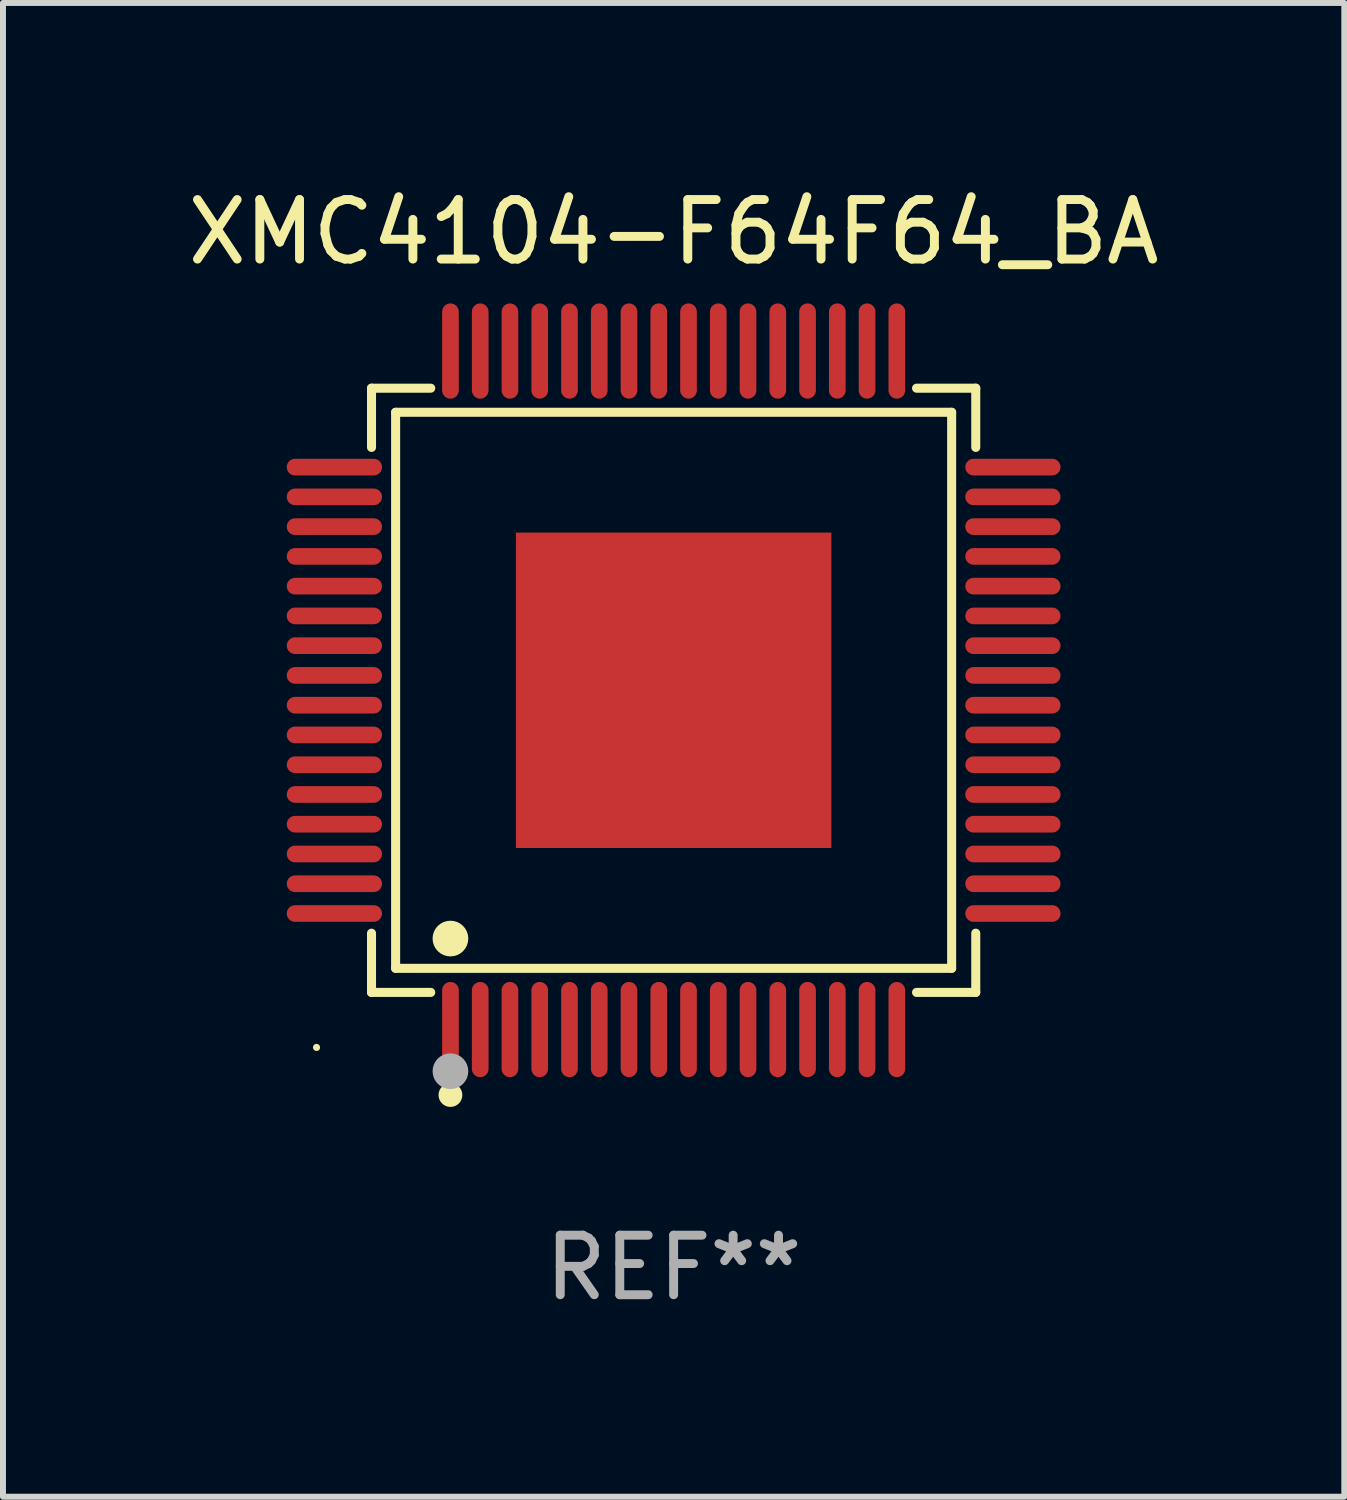
<source format=kicad_pcb>
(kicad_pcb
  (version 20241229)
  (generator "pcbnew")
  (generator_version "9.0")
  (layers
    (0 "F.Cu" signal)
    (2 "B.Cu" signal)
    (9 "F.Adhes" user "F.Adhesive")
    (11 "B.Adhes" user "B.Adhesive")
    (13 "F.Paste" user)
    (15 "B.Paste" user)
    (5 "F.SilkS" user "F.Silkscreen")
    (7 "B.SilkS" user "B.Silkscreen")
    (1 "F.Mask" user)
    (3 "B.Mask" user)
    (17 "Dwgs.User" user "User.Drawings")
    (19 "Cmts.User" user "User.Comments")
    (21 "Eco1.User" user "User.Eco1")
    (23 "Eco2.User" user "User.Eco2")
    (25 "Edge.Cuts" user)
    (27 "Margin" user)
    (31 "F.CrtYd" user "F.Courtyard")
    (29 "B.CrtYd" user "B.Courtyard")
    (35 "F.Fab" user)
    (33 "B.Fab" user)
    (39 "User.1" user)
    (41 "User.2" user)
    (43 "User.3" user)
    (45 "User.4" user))
  (footprint "XMC4104-F64F64_BA"
    (layer "F.Cu")
    (at 8.268 8.548)
    (property "Reference" "XMC4104-F64F64_BA" (at 0 -7.7 0) (layer "F.SilkS") (effects (font (size 1 1) (thickness 0.15))))
    (attr through_hole)
    (fp_line (start -5.076 -5.076) (end -4.081 -5.076) (stroke (width 0.152) (type solid)) (layer "F.SilkS"))
    (fp_line (start -5.076 -4.081) (end -5.076 -5.076) (stroke (width 0.152) (type solid)) (layer "F.SilkS"))
    (fp_line (start -5.076 4.081) (end -5.076 5.076) (stroke (width 0.152) (type solid)) (layer "F.SilkS"))
    (fp_line (start -5.076 5.076) (end -4.081 5.076) (stroke (width 0.152) (type solid)) (layer "F.SilkS"))
    (fp_line (start -4.671 -4.671) (end 4.671 -4.671) (stroke (width 0.152) (type solid)) (layer "F.SilkS"))
    (fp_line (start -4.671 4.671) (end -4.671 -4.671) (stroke (width 0.152) (type solid)) (layer "F.SilkS"))
    (fp_line (start 4.671 -4.671) (end 4.671 4.671) (stroke (width 0.152) (type solid)) (layer "F.SilkS"))
    (fp_line (start 4.671 4.671) (end -4.671 4.671) (stroke (width 0.152) (type solid)) (layer "F.SilkS"))
    (fp_line (start 5.076 -5.076) (end 4.081 -5.076) (stroke (width 0.152) (type solid)) (layer "F.SilkS"))
    (fp_line (start 5.076 -4.081) (end 5.076 -5.076) (stroke (width 0.152) (type solid)) (layer "F.SilkS"))
    (fp_line (start 5.076 4.081) (end 5.076 5.076) (stroke (width 0.152) (type solid)) (layer "F.SilkS"))
    (fp_line (start 5.076 5.076) (end 4.081 5.076) (stroke (width 0.152) (type solid)) (layer "F.SilkS"))
    (fp_circle (center -6 6) (end -5.97 6) (stroke (width 0.06) (type solid)) (fill no) (layer "F.SilkS"))
    (fp_circle (center -3.75 4.171) (end -3.6 4.171) (stroke (width 0.3) (type solid)) (fill no) (layer "F.SilkS"))
    (fp_circle (center -3.75 6.8) (end -3.65 6.8) (stroke (width 0.2) (type solid)) (fill no) (layer "F.SilkS"))
    (fp_circle (center -3.75 6.4) (end -3.6 6.4) (stroke (width 0.3) (type solid)) (fill no) (layer "F.Fab"))
    (fp_text user "REF**" (at 0 9.7 0) (layer "F.Fab") (effects (font (size 1 1) (thickness 0.15))))
    (pad "1" smd oval (at -3.75 5.7) (size 0.28 1.6) (layers "F.Cu" "F.Mask" "F.Paste"))
    (pad "2" smd oval (at -3.25 5.7) (size 0.28 1.6) (layers "F.Cu" "F.Mask" "F.Paste"))
    (pad "3" smd oval (at -2.75 5.7) (size 0.28 1.6) (layers "F.Cu" "F.Mask" "F.Paste"))
    (pad "4" smd oval (at -2.25 5.7) (size 0.28 1.6) (layers "F.Cu" "F.Mask" "F.Paste"))
    (pad "5" smd oval (at -1.75 5.7) (size 0.28 1.6) (layers "F.Cu" "F.Mask" "F.Paste"))
    (pad "6" smd oval (at -1.25 5.7) (size 0.28 1.6) (layers "F.Cu" "F.Mask" "F.Paste"))
    (pad "7" smd oval (at -0.75 5.7) (size 0.28 1.6) (layers "F.Cu" "F.Mask" "F.Paste"))
    (pad "8" smd oval (at -0.25 5.7) (size 0.28 1.6) (layers "F.Cu" "F.Mask" "F.Paste"))
    (pad "9" smd oval (at 0.25 5.7) (size 0.28 1.6) (layers "F.Cu" "F.Mask" "F.Paste"))
    (pad "10" smd oval (at 0.75 5.7) (size 0.28 1.6) (layers "F.Cu" "F.Mask" "F.Paste"))
    (pad "11" smd oval (at 1.25 5.7) (size 0.28 1.6) (layers "F.Cu" "F.Mask" "F.Paste"))
    (pad "12" smd oval (at 1.75 5.7) (size 0.28 1.6) (layers "F.Cu" "F.Mask" "F.Paste"))
    (pad "13" smd oval (at 2.25 5.7) (size 0.28 1.6) (layers "F.Cu" "F.Mask" "F.Paste"))
    (pad "14" smd oval (at 2.75 5.7) (size 0.28 1.6) (layers "F.Cu" "F.Mask" "F.Paste"))
    (pad "15" smd oval (at 3.25 5.7) (size 0.28 1.6) (layers "F.Cu" "F.Mask" "F.Paste"))
    (pad "16" smd oval (at 3.75 5.7) (size 0.28 1.6) (layers "F.Cu" "F.Mask" "F.Paste"))
    (pad "17" smd oval (at 5.7 3.75) (size 1.6 0.28) (layers "F.Cu" "F.Mask" "F.Paste"))
    (pad "18" smd oval (at 5.7 3.25) (size 1.6 0.28) (layers "F.Cu" "F.Mask" "F.Paste"))
    (pad "19" smd oval (at 5.7 2.75) (size 1.6 0.28) (layers "F.Cu" "F.Mask" "F.Paste"))
    (pad "20" smd oval (at 5.7 2.25) (size 1.6 0.28) (layers "F.Cu" "F.Mask" "F.Paste"))
    (pad "21" smd oval (at 5.7 1.75) (size 1.6 0.28) (layers "F.Cu" "F.Mask" "F.Paste"))
    (pad "22" smd oval (at 5.7 1.25) (size 1.6 0.28) (layers "F.Cu" "F.Mask" "F.Paste"))
    (pad "23" smd oval (at 5.7 0.75) (size 1.6 0.28) (layers "F.Cu" "F.Mask" "F.Paste"))
    (pad "24" smd oval (at 5.7 0.25) (size 1.6 0.28) (layers "F.Cu" "F.Mask" "F.Paste"))
    (pad "25" smd oval (at 5.7 -0.25) (size 1.6 0.28) (layers "F.Cu" "F.Mask" "F.Paste"))
    (pad "26" smd oval (at 5.7 -0.75) (size 1.6 0.28) (layers "F.Cu" "F.Mask" "F.Paste"))
    (pad "27" smd oval (at 5.7 -1.25) (size 1.6 0.28) (layers "F.Cu" "F.Mask" "F.Paste"))
    (pad "28" smd oval (at 5.7 -1.75) (size 1.6 0.28) (layers "F.Cu" "F.Mask" "F.Paste"))
    (pad "29" smd oval (at 5.7 -2.25) (size 1.6 0.28) (layers "F.Cu" "F.Mask" "F.Paste"))
    (pad "30" smd oval (at 5.7 -2.75) (size 1.6 0.28) (layers "F.Cu" "F.Mask" "F.Paste"))
    (pad "31" smd oval (at 5.7 -3.25) (size 1.6 0.28) (layers "F.Cu" "F.Mask" "F.Paste"))
    (pad "32" smd oval (at 5.7 -3.75) (size 1.6 0.28) (layers "F.Cu" "F.Mask" "F.Paste"))
    (pad "33" smd oval (at 3.75 -5.7) (size 0.28 1.6) (layers "F.Cu" "F.Mask" "F.Paste"))
    (pad "34" smd oval (at 3.25 -5.7) (size 0.28 1.6) (layers "F.Cu" "F.Mask" "F.Paste"))
    (pad "35" smd oval (at 2.75 -5.7) (size 0.28 1.6) (layers "F.Cu" "F.Mask" "F.Paste"))
    (pad "36" smd oval (at 2.25 -5.7) (size 0.28 1.6) (layers "F.Cu" "F.Mask" "F.Paste"))
    (pad "37" smd oval (at 1.75 -5.7) (size 0.28 1.6) (layers "F.Cu" "F.Mask" "F.Paste"))
    (pad "38" smd oval (at 1.25 -5.7) (size 0.28 1.6) (layers "F.Cu" "F.Mask" "F.Paste"))
    (pad "39" smd oval (at 0.75 -5.7) (size 0.28 1.6) (layers "F.Cu" "F.Mask" "F.Paste"))
    (pad "40" smd oval (at 0.25 -5.7) (size 0.28 1.6) (layers "F.Cu" "F.Mask" "F.Paste"))
    (pad "41" smd oval (at -0.25 -5.7) (size 0.28 1.6) (layers "F.Cu" "F.Mask" "F.Paste"))
    (pad "42" smd oval (at -0.75 -5.7) (size 0.28 1.6) (layers "F.Cu" "F.Mask" "F.Paste"))
    (pad "43" smd oval (at -1.25 -5.7) (size 0.28 1.6) (layers "F.Cu" "F.Mask" "F.Paste"))
    (pad "44" smd oval (at -1.75 -5.7) (size 0.28 1.6) (layers "F.Cu" "F.Mask" "F.Paste"))
    (pad "45" smd oval (at -2.25 -5.7) (size 0.28 1.6) (layers "F.Cu" "F.Mask" "F.Paste"))
    (pad "46" smd oval (at -2.75 -5.7) (size 0.28 1.6) (layers "F.Cu" "F.Mask" "F.Paste"))
    (pad "47" smd oval (at -3.25 -5.7) (size 0.28 1.6) (layers "F.Cu" "F.Mask" "F.Paste"))
    (pad "48" smd oval (at -3.75 -5.7) (size 0.28 1.6) (layers "F.Cu" "F.Mask" "F.Paste"))
    (pad "49" smd oval (at -5.7 -3.75) (size 1.6 0.28) (layers "F.Cu" "F.Mask" "F.Paste"))
    (pad "50" smd oval (at -5.7 -3.25) (size 1.6 0.28) (layers "F.Cu" "F.Mask" "F.Paste"))
    (pad "51" smd oval (at -5.7 -2.75) (size 1.6 0.28) (layers "F.Cu" "F.Mask" "F.Paste"))
    (pad "52" smd oval (at -5.7 -2.25) (size 1.6 0.28) (layers "F.Cu" "F.Mask" "F.Paste"))
    (pad "53" smd oval (at -5.7 -1.75) (size 1.6 0.28) (layers "F.Cu" "F.Mask" "F.Paste"))
    (pad "54" smd oval (at -5.7 -1.25) (size 1.6 0.28) (layers "F.Cu" "F.Mask" "F.Paste"))
    (pad "55" smd oval (at -5.7 -0.75) (size 1.6 0.28) (layers "F.Cu" "F.Mask" "F.Paste"))
    (pad "56" smd oval (at -5.7 -0.25) (size 1.6 0.28) (layers "F.Cu" "F.Mask" "F.Paste"))
    (pad "57" smd oval (at -5.7 0.25) (size 1.6 0.28) (layers "F.Cu" "F.Mask" "F.Paste"))
    (pad "58" smd oval (at -5.7 0.75) (size 1.6 0.28) (layers "F.Cu" "F.Mask" "F.Paste"))
    (pad "59" smd oval (at -5.7 1.25) (size 1.6 0.28) (layers "F.Cu" "F.Mask" "F.Paste"))
    (pad "60" smd oval (at -5.7 1.75) (size 1.6 0.28) (layers "F.Cu" "F.Mask" "F.Paste"))
    (pad "61" smd oval (at -5.7 2.25) (size 1.6 0.28) (layers "F.Cu" "F.Mask" "F.Paste"))
    (pad "62" smd oval (at -5.7 2.75) (size 1.6 0.28) (layers "F.Cu" "F.Mask" "F.Paste"))
    (pad "63" smd oval (at -5.7 3.25) (size 1.6 0.28) (layers "F.Cu" "F.Mask" "F.Paste"))
    (pad "64" smd oval (at -5.7 3.75) (size 1.6 0.28) (layers "F.Cu" "F.Mask" "F.Paste"))
    (pad "65" smd rect (at 0 0) (size 5.3 5.3) (layers "F.Cu" "F.Mask" "F.Paste")))
  (gr_rect
    (start -3 -3)
    (end 19.536 22.097)
    (stroke (width 0.1) (type default))
    (fill no)
    (layer "Edge.Cuts")))
</source>
